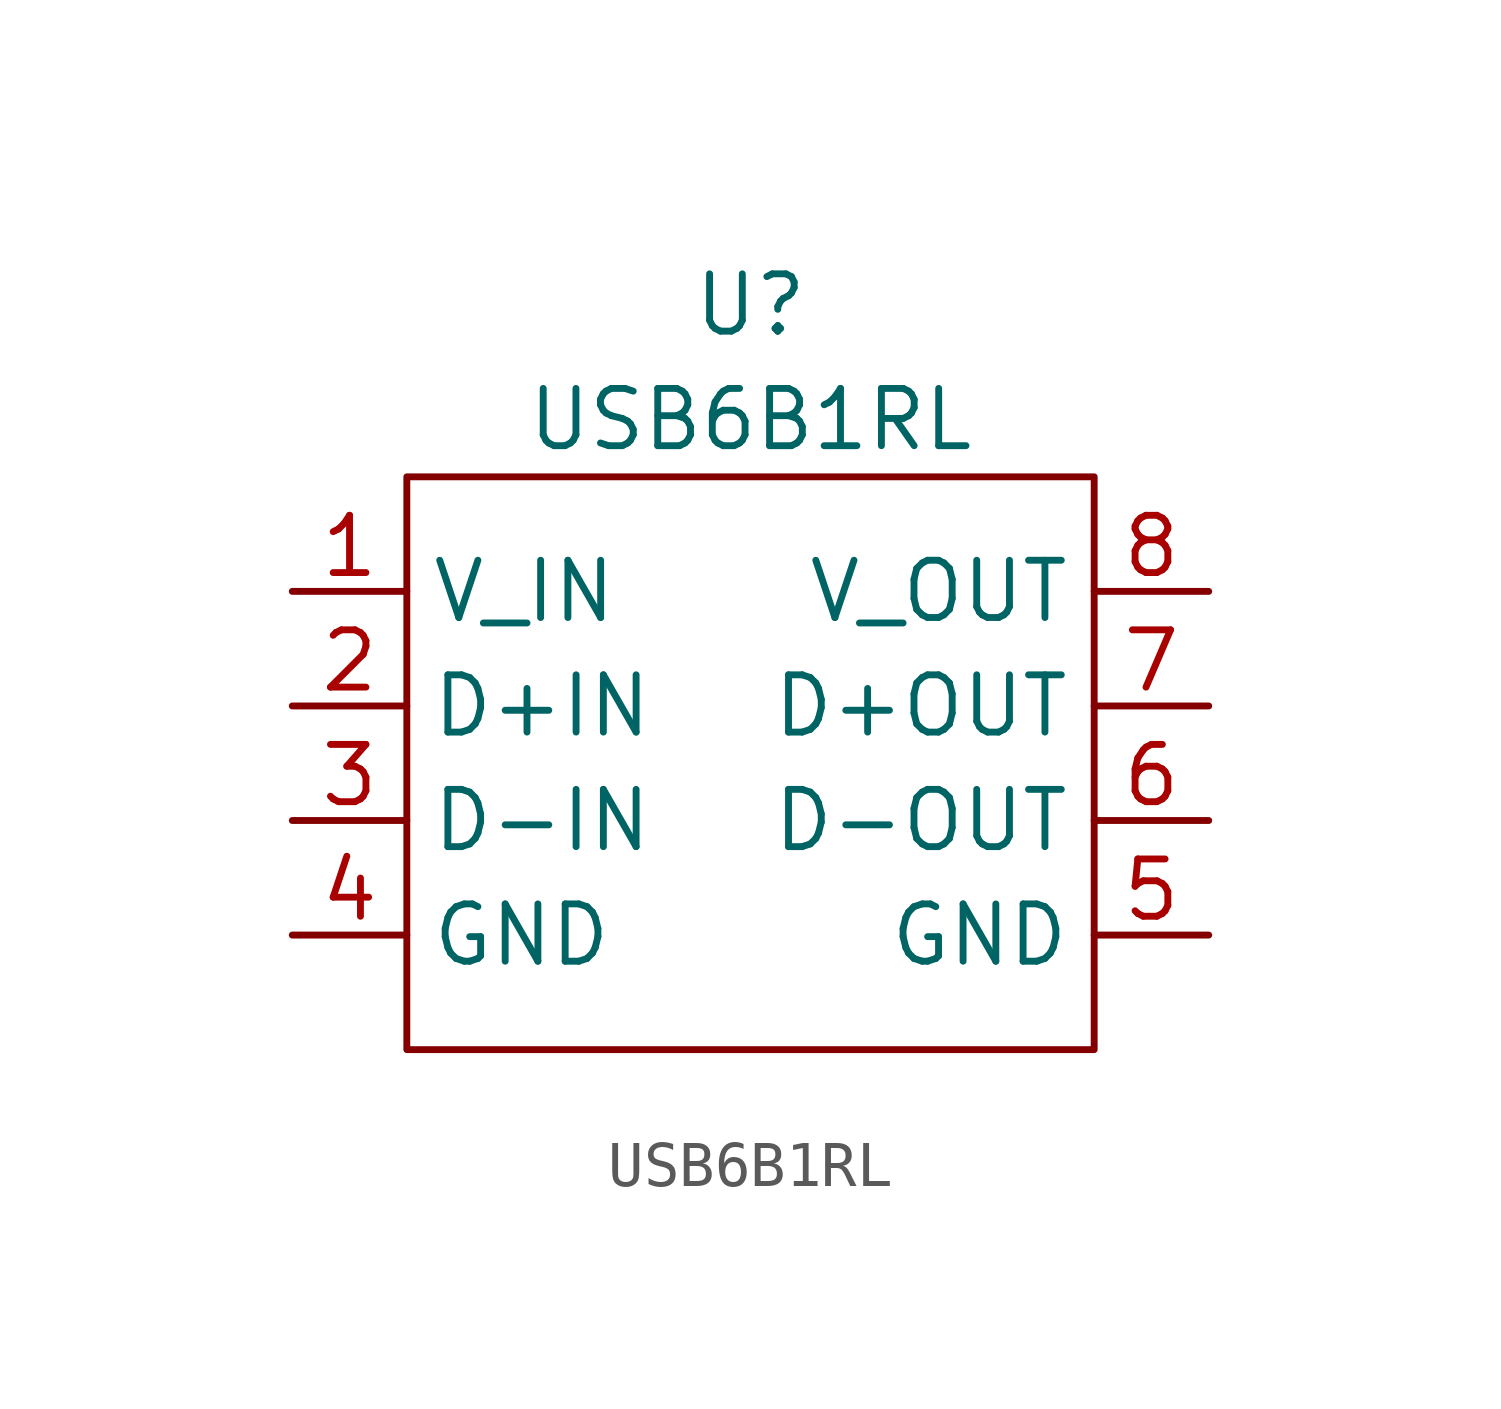
<source format=kicad_sym>
(kicad_symbol_lib
  (version 20241209)
  (generator "kicad_symbol_editor")
  (generator_version "9.0")
  (symbol "USB6B1RL"
    (property "Reference" "U"
      (at 0 10.16 0)
      (effects (font (size 1.27 1.27))))
    (property "Value" "USB6B1RL"
      (at 0 7.62 0)
      (effects (font (size 1.27 1.27))))
    (symbol "USB6B1RL_0_1"
      (rectangle (start -7.62 6.35) (end 7.62 -6.35) (stroke (width 0) (type default)) (fill (type none))))
    (symbol "USB6B1RL_1_1"
      (pin power_in line (at -10.16 3.81 0) (length 2.54) (name "V_IN" (effects (font (size 1.27 1.27)))) (number "1" (effects (font (size 1.27 1.27)))))
      (pin input line (at -10.16 1.27 0) (length 2.54) (name "D+IN" (effects (font (size 1.27 1.27)))) (number "2" (effects (font (size 1.27 1.27)))))
      (pin input line (at -10.16 -1.27 0) (length 2.54) (name "D-IN" (effects (font (size 1.27 1.27)))) (number "3" (effects (font (size 1.27 1.27)))))
      (pin power_in line (at -10.16 -3.81 0) (length 2.54) (name "GND" (effects (font (size 1.27 1.27)))) (number "4" (effects (font (size 1.27 1.27)))))
      (pin power_in line (at 10.16 3.81 180) (length 2.54) (name "V_OUT" (effects (font (size 1.27 1.27)))) (number "8" (effects (font (size 1.27 1.27)))))
      (pin output line (at 10.16 1.27 180) (length 2.54) (name "D+OUT" (effects (font (size 1.27 1.27)))) (number "7" (effects (font (size 1.27 1.27)))))
      (pin output line (at 10.16 -1.27 180) (length 2.54) (name "D-OUT" (effects (font (size 1.27 1.27)))) (number "6" (effects (font (size 1.27 1.27)))))
      (pin power_in line (at 10.16 -3.81 180) (length 2.54) (name "GND" (effects (font (size 1.27 1.27)))) (number "5" (effects (font (size 1.27 1.27))))))))
</source>
